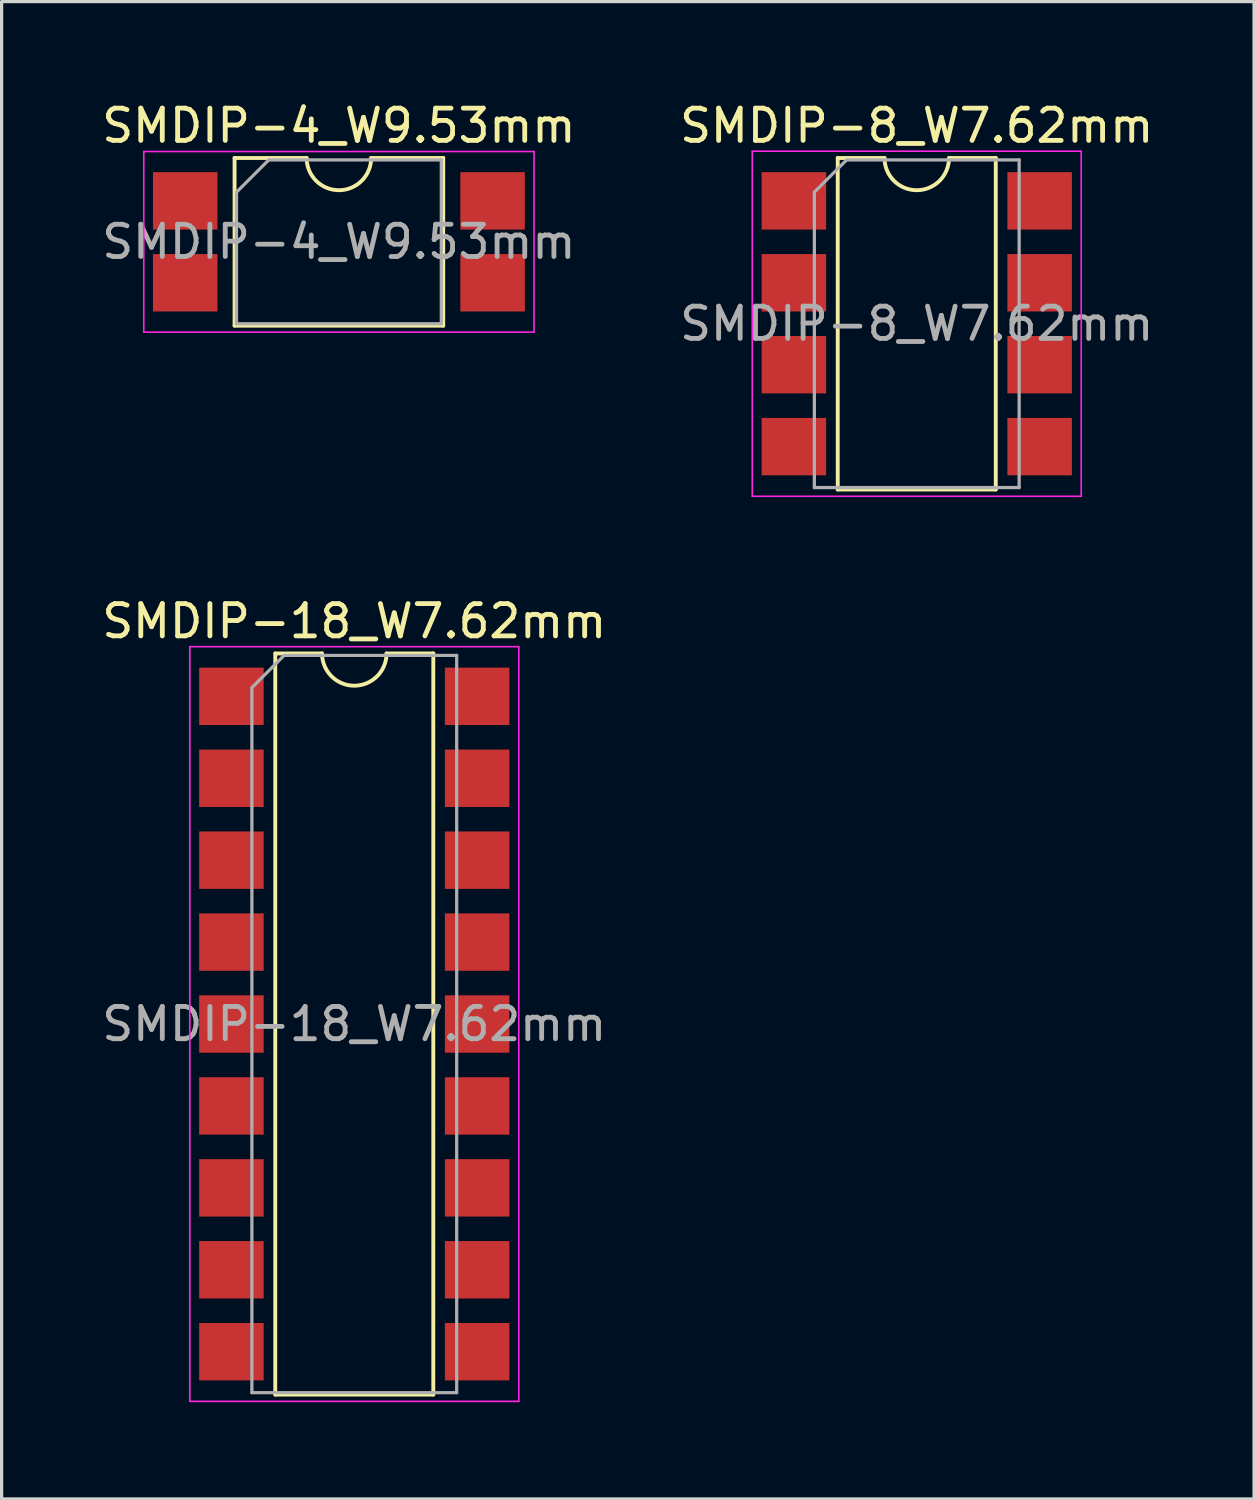
<source format=kicad_pcb>
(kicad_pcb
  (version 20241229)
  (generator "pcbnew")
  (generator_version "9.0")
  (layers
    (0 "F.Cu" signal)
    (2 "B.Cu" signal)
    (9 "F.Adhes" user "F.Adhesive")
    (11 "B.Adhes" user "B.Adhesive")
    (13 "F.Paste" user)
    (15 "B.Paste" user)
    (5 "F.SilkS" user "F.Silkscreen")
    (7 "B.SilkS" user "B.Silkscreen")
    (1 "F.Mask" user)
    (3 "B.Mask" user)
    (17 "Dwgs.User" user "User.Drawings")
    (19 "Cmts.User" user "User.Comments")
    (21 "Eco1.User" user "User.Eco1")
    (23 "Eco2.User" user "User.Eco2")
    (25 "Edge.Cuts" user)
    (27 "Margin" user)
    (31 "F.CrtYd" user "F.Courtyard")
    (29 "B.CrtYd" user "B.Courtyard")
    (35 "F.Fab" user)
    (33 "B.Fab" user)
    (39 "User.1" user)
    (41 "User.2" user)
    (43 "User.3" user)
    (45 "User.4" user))
  (footprint "SMDIP-18_W7.62mm"
    (layer "F.Cu")
    (at 7.935 28.701)
    (property "Reference" "SMDIP-18_W7.62mm" (at 0 -12.49 0) (layer "F.SilkS") (effects (font (size 1 1) (thickness 0.15))))
    (attr smd)
    (fp_line (start -2.45 -11.49) (end -2.45 11.49) (stroke (width 0.12) (type solid)) (layer "F.SilkS"))
    (fp_line (start -2.45 11.49) (end 2.45 11.49) (stroke (width 0.12) (type solid)) (layer "F.SilkS"))
    (fp_line (start -1 -11.49) (end -2.45 -11.49) (stroke (width 0.12) (type solid)) (layer "F.SilkS"))
    (fp_line (start 2.45 -11.49) (end 1 -11.49) (stroke (width 0.12) (type solid)) (layer "F.SilkS"))
    (fp_line (start 2.45 11.49) (end 2.45 -11.49) (stroke (width 0.12) (type solid)) (layer "F.SilkS"))
    (fp_arc (start 1 -11.49) (mid 0 -10.49) (end -1 -11.49) (stroke (width 0.12) (type solid)) (layer "F.SilkS"))
    (fp_line (start -5.1 -11.7) (end -5.1 11.7) (stroke (width 0.05) (type solid)) (layer "F.CrtYd"))
    (fp_line (start -5.1 11.7) (end 5.1 11.7) (stroke (width 0.05) (type solid)) (layer "F.CrtYd"))
    (fp_line (start 5.1 -11.7) (end -5.1 -11.7) (stroke (width 0.05) (type solid)) (layer "F.CrtYd"))
    (fp_line (start 5.1 11.7) (end 5.1 -11.7) (stroke (width 0.05) (type solid)) (layer "F.CrtYd"))
    (fp_line (start -3.175 -10.43) (end -2.175 -11.43) (stroke (width 0.1) (type solid)) (layer "F.Fab"))
    (fp_line (start -3.175 11.43) (end -3.175 -10.43) (stroke (width 0.1) (type solid)) (layer "F.Fab"))
    (fp_line (start -2.175 -11.43) (end 3.175 -11.43) (stroke (width 0.1) (type solid)) (layer "F.Fab"))
    (fp_line (start 3.175 -11.43) (end 3.175 11.43) (stroke (width 0.1) (type solid)) (layer "F.Fab"))
    (fp_line (start 3.175 11.43) (end -3.175 11.43) (stroke (width 0.1) (type solid)) (layer "F.Fab"))
    (fp_text user "${REFERENCE}" (at 0 0 0) (layer "F.Fab") (effects (font (size 1 1) (thickness 0.15))))
    (pad "1" smd rect (at -3.81 -10.16) (size 2 1.78) (layers "F.Cu" "F.Mask" "F.Paste"))
    (pad "2" smd rect (at -3.81 -7.62) (size 2 1.78) (layers "F.Cu" "F.Mask" "F.Paste"))
    (pad "3" smd rect (at -3.81 -5.08) (size 2 1.78) (layers "F.Cu" "F.Mask" "F.Paste"))
    (pad "4" smd rect (at -3.81 -2.54) (size 2 1.78) (layers "F.Cu" "F.Mask" "F.Paste"))
    (pad "5" smd rect (at -3.81 0) (size 2 1.78) (layers "F.Cu" "F.Mask" "F.Paste"))
    (pad "6" smd rect (at -3.81 2.54) (size 2 1.78) (layers "F.Cu" "F.Mask" "F.Paste"))
    (pad "7" smd rect (at -3.81 5.08) (size 2 1.78) (layers "F.Cu" "F.Mask" "F.Paste"))
    (pad "8" smd rect (at -3.81 7.62) (size 2 1.78) (layers "F.Cu" "F.Mask" "F.Paste"))
    (pad "9" smd rect (at -3.81 10.16) (size 2 1.78) (layers "F.Cu" "F.Mask" "F.Paste"))
    (pad "10" smd rect (at 3.81 10.16) (size 2 1.78) (layers "F.Cu" "F.Mask" "F.Paste"))
    (pad "11" smd rect (at 3.81 7.62) (size 2 1.78) (layers "F.Cu" "F.Mask" "F.Paste"))
    (pad "12" smd rect (at 3.81 5.08) (size 2 1.78) (layers "F.Cu" "F.Mask" "F.Paste"))
    (pad "13" smd rect (at 3.81 2.54) (size 2 1.78) (layers "F.Cu" "F.Mask" "F.Paste"))
    (pad "14" smd rect (at 3.81 0) (size 2 1.78) (layers "F.Cu" "F.Mask" "F.Paste"))
    (pad "15" smd rect (at 3.81 -2.54) (size 2 1.78) (layers "F.Cu" "F.Mask" "F.Paste"))
    (pad "16" smd rect (at 3.81 -5.08) (size 2 1.78) (layers "F.Cu" "F.Mask" "F.Paste"))
    (pad "17" smd rect (at 3.81 -7.62) (size 2 1.78) (layers "F.Cu" "F.Mask" "F.Paste"))
    (pad "18" smd rect (at 3.81 -10.16) (size 2 1.78) (layers "F.Cu" "F.Mask" "F.Paste")))
  (footprint "SMDIP-4_W9.53mm"
    (layer "F.Cu")
    (at 7.458 4.448)
    (property "Reference" "SMDIP-4_W9.53mm" (at 0 -3.6 0) (layer "F.SilkS") (effects (font (size 1 1) (thickness 0.15))))
    (attr smd)
    (fp_line (start -3.235 -2.6) (end -3.235 2.6) (stroke (width 0.12) (type solid)) (layer "F.SilkS"))
    (fp_line (start -3.235 2.6) (end 3.235 2.6) (stroke (width 0.12) (type solid)) (layer "F.SilkS"))
    (fp_line (start -1 -2.6) (end -3.235 -2.6) (stroke (width 0.12) (type solid)) (layer "F.SilkS"))
    (fp_line (start 3.235 -2.6) (end 1 -2.6) (stroke (width 0.12) (type solid)) (layer "F.SilkS"))
    (fp_line (start 3.235 2.6) (end 3.235 -2.6) (stroke (width 0.12) (type solid)) (layer "F.SilkS"))
    (fp_arc (start 1 -2.6) (mid 0 -1.6) (end -1 -2.6) (stroke (width 0.12) (type solid)) (layer "F.SilkS"))
    (fp_line (start -6.05 -2.8) (end -6.05 2.8) (stroke (width 0.05) (type solid)) (layer "F.CrtYd"))
    (fp_line (start -6.05 2.8) (end 6.05 2.8) (stroke (width 0.05) (type solid)) (layer "F.CrtYd"))
    (fp_line (start 6.05 -2.8) (end -6.05 -2.8) (stroke (width 0.05) (type solid)) (layer "F.CrtYd"))
    (fp_line (start 6.05 2.8) (end 6.05 -2.8) (stroke (width 0.05) (type solid)) (layer "F.CrtYd"))
    (fp_line (start -3.175 -1.54) (end -2.175 -2.54) (stroke (width 0.1) (type solid)) (layer "F.Fab"))
    (fp_line (start -3.175 2.54) (end -3.175 -1.54) (stroke (width 0.1) (type solid)) (layer "F.Fab"))
    (fp_line (start -2.175 -2.54) (end 3.175 -2.54) (stroke (width 0.1) (type solid)) (layer "F.Fab"))
    (fp_line (start 3.175 -2.54) (end 3.175 2.54) (stroke (width 0.1) (type solid)) (layer "F.Fab"))
    (fp_line (start 3.175 2.54) (end -3.175 2.54) (stroke (width 0.1) (type solid)) (layer "F.Fab"))
    (fp_text user "${REFERENCE}" (at 0 0 0) (layer "F.Fab") (effects (font (size 1 1) (thickness 0.15))))
    (pad "1" smd rect (at -4.765 -1.27) (size 2 1.78) (layers "F.Cu" "F.Mask" "F.Paste"))
    (pad "2" smd rect (at -4.765 1.27) (size 2 1.78) (layers "F.Cu" "F.Mask" "F.Paste"))
    (pad "3" smd rect (at 4.765 1.27) (size 2 1.78) (layers "F.Cu" "F.Mask" "F.Paste"))
    (pad "4" smd rect (at 4.765 -1.27) (size 2 1.78) (layers "F.Cu" "F.Mask" "F.Paste")))
  (footprint "SMDIP-8_W7.62mm"
    (layer "F.Cu")
    (at 25.375 6.988)
    (property "Reference" "SMDIP-8_W7.62mm" (at 0 -6.14 0) (layer "F.SilkS") (effects (font (size 1 1) (thickness 0.15))))
    (attr smd)
    (fp_line (start -2.45 -5.14) (end -2.45 5.14) (stroke (width 0.12) (type solid)) (layer "F.SilkS"))
    (fp_line (start -2.45 5.14) (end 2.45 5.14) (stroke (width 0.12) (type solid)) (layer "F.SilkS"))
    (fp_line (start -1 -5.14) (end -2.45 -5.14) (stroke (width 0.12) (type solid)) (layer "F.SilkS"))
    (fp_line (start 2.45 -5.14) (end 1 -5.14) (stroke (width 0.12) (type solid)) (layer "F.SilkS"))
    (fp_line (start 2.45 5.14) (end 2.45 -5.14) (stroke (width 0.12) (type solid)) (layer "F.SilkS"))
    (fp_arc (start 1 -5.14) (mid 0 -4.14) (end -1 -5.14) (stroke (width 0.12) (type solid)) (layer "F.SilkS"))
    (fp_line (start -5.1 -5.35) (end -5.1 5.35) (stroke (width 0.05) (type solid)) (layer "F.CrtYd"))
    (fp_line (start -5.1 5.35) (end 5.1 5.35) (stroke (width 0.05) (type solid)) (layer "F.CrtYd"))
    (fp_line (start 5.1 -5.35) (end -5.1 -5.35) (stroke (width 0.05) (type solid)) (layer "F.CrtYd"))
    (fp_line (start 5.1 5.35) (end 5.1 -5.35) (stroke (width 0.05) (type solid)) (layer "F.CrtYd"))
    (fp_line (start -3.175 -4.08) (end -2.175 -5.08) (stroke (width 0.1) (type solid)) (layer "F.Fab"))
    (fp_line (start -3.175 5.08) (end -3.175 -4.08) (stroke (width 0.1) (type solid)) (layer "F.Fab"))
    (fp_line (start -2.175 -5.08) (end 3.175 -5.08) (stroke (width 0.1) (type solid)) (layer "F.Fab"))
    (fp_line (start 3.175 -5.08) (end 3.175 5.08) (stroke (width 0.1) (type solid)) (layer "F.Fab"))
    (fp_line (start 3.175 5.08) (end -3.175 5.08) (stroke (width 0.1) (type solid)) (layer "F.Fab"))
    (fp_text user "${REFERENCE}" (at 0 0 0) (layer "F.Fab") (effects (font (size 1 1) (thickness 0.15))))
    (pad "1" smd rect (at -3.81 -3.81) (size 2 1.78) (layers "F.Cu" "F.Mask" "F.Paste"))
    (pad "2" smd rect (at -3.81 -1.27) (size 2 1.78) (layers "F.Cu" "F.Mask" "F.Paste"))
    (pad "3" smd rect (at -3.81 1.27) (size 2 1.78) (layers "F.Cu" "F.Mask" "F.Paste"))
    (pad "4" smd rect (at -3.81 3.81) (size 2 1.78) (layers "F.Cu" "F.Mask" "F.Paste"))
    (pad "5" smd rect (at 3.81 3.81) (size 2 1.78) (layers "F.Cu" "F.Mask" "F.Paste"))
    (pad "6" smd rect (at 3.81 1.27) (size 2 1.78) (layers "F.Cu" "F.Mask" "F.Paste"))
    (pad "7" smd rect (at 3.81 -1.27) (size 2 1.78) (layers "F.Cu" "F.Mask" "F.Paste"))
    (pad "8" smd rect (at 3.81 -3.81) (size 2 1.78) (layers "F.Cu" "F.Mask" "F.Paste")))
  (gr_rect
    (start -3 -3)
    (end 35.833 43.426)
    (stroke (width 0.1) (type default))
    (fill no)
    (layer "Edge.Cuts")))
</source>
